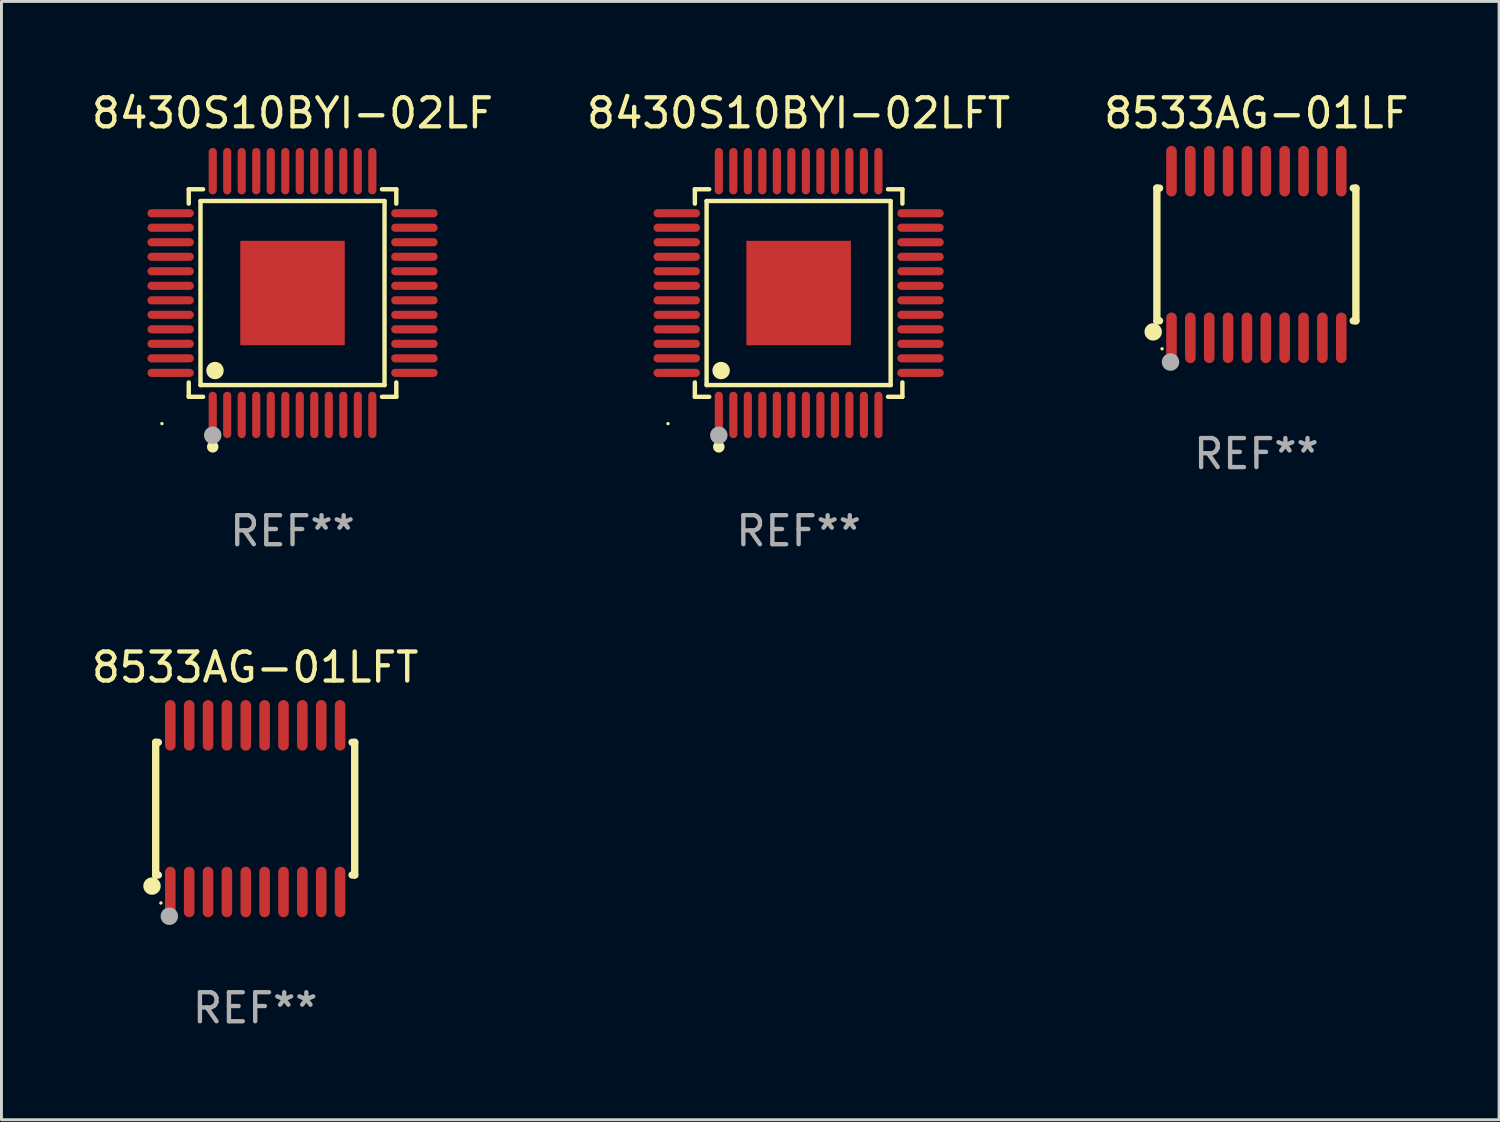
<source format=kicad_pcb>
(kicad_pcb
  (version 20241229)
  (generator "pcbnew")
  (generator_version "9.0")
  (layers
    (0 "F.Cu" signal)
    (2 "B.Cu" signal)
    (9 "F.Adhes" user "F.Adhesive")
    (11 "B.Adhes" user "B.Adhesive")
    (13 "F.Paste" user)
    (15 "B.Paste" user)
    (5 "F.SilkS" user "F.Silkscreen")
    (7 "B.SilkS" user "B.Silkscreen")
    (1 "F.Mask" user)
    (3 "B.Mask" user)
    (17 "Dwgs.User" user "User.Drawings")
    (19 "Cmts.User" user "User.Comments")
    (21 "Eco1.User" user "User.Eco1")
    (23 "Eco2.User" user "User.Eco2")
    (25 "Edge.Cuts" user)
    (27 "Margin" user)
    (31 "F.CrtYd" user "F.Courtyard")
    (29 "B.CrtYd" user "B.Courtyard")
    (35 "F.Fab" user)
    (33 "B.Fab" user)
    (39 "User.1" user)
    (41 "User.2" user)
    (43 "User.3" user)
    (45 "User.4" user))
  (footprint "8430S10BYI-02LF"
    (layer "F.Cu")
    (at 7.03 7.048)
    (property "Reference" "8430S10BYI-02LF" (at 0 -6.2 0) (layer "F.SilkS") (effects (font (size 1 1) (thickness 0.15))))
    (attr through_hole)
    (fp_line (start -3.576 -3.576) (end -3.081 -3.576) (stroke (width 0.152) (type solid)) (layer "F.SilkS"))
    (fp_line (start -3.576 -3.081) (end -3.576 -3.576) (stroke (width 0.152) (type solid)) (layer "F.SilkS"))
    (fp_line (start -3.576 3.081) (end -3.576 3.576) (stroke (width 0.152) (type solid)) (layer "F.SilkS"))
    (fp_line (start -3.576 3.576) (end -3.081 3.576) (stroke (width 0.152) (type solid)) (layer "F.SilkS"))
    (fp_line (start -3.171 -3.171) (end 3.171 -3.171) (stroke (width 0.152) (type solid)) (layer "F.SilkS"))
    (fp_line (start -3.171 3.171) (end -3.171 -3.171) (stroke (width 0.152) (type solid)) (layer "F.SilkS"))
    (fp_line (start 3.171 -3.171) (end 3.171 3.171) (stroke (width 0.152) (type solid)) (layer "F.SilkS"))
    (fp_line (start 3.171 3.171) (end -3.171 3.171) (stroke (width 0.152) (type solid)) (layer "F.SilkS"))
    (fp_line (start 3.576 -3.576) (end 3.081 -3.576) (stroke (width 0.152) (type solid)) (layer "F.SilkS"))
    (fp_line (start 3.576 -3.081) (end 3.576 -3.576) (stroke (width 0.152) (type solid)) (layer "F.SilkS"))
    (fp_line (start 3.576 3.081) (end 3.576 3.576) (stroke (width 0.152) (type solid)) (layer "F.SilkS"))
    (fp_line (start 3.576 3.576) (end 3.081 3.576) (stroke (width 0.152) (type solid)) (layer "F.SilkS"))
    (fp_circle (center -4.5 4.5) (end -4.47 4.5) (stroke (width 0.06) (type solid)) (fill no) (layer "F.SilkS"))
    (fp_circle (center -2.75 5.3) (end -2.65 5.3) (stroke (width 0.2) (type solid)) (fill no) (layer "F.SilkS"))
    (fp_circle (center -2.671 2.671) (end -2.521 2.671) (stroke (width 0.3) (type solid)) (fill no) (layer "F.SilkS"))
    (fp_circle (center -2.75 4.9) (end -2.6 4.9) (stroke (width 0.3) (type solid)) (fill no) (layer "F.Fab"))
    (fp_text user "REF**" (at 0 8.2 0) (layer "F.Fab") (effects (font (size 1 1) (thickness 0.15))))
    (pad "1" smd oval (at -2.75 4.2) (size 0.28 1.6) (layers "F.Cu" "F.Mask" "F.Paste"))
    (pad "2" smd oval (at -2.25 4.2) (size 0.28 1.6) (layers "F.Cu" "F.Mask" "F.Paste"))
    (pad "3" smd oval (at -1.75 4.2) (size 0.28 1.6) (layers "F.Cu" "F.Mask" "F.Paste"))
    (pad "4" smd oval (at -1.25 4.2) (size 0.28 1.6) (layers "F.Cu" "F.Mask" "F.Paste"))
    (pad "5" smd oval (at -0.75 4.2) (size 0.28 1.6) (layers "F.Cu" "F.Mask" "F.Paste"))
    (pad "6" smd oval (at -0.25 4.2) (size 0.28 1.6) (layers "F.Cu" "F.Mask" "F.Paste"))
    (pad "7" smd oval (at 0.25 4.2) (size 0.28 1.6) (layers "F.Cu" "F.Mask" "F.Paste"))
    (pad "8" smd oval (at 0.75 4.2) (size 0.28 1.6) (layers "F.Cu" "F.Mask" "F.Paste"))
    (pad "9" smd oval (at 1.25 4.2) (size 0.28 1.6) (layers "F.Cu" "F.Mask" "F.Paste"))
    (pad "10" smd oval (at 1.75 4.2) (size 0.28 1.6) (layers "F.Cu" "F.Mask" "F.Paste"))
    (pad "11" smd oval (at 2.25 4.2) (size 0.28 1.6) (layers "F.Cu" "F.Mask" "F.Paste"))
    (pad "12" smd oval (at 2.75 4.2) (size 0.28 1.6) (layers "F.Cu" "F.Mask" "F.Paste"))
    (pad "13" smd oval (at 4.2 2.75) (size 1.6 0.28) (layers "F.Cu" "F.Mask" "F.Paste"))
    (pad "14" smd oval (at 4.2 2.25) (size 1.6 0.28) (layers "F.Cu" "F.Mask" "F.Paste"))
    (pad "15" smd oval (at 4.2 1.75) (size 1.6 0.28) (layers "F.Cu" "F.Mask" "F.Paste"))
    (pad "16" smd oval (at 4.2 1.25) (size 1.6 0.28) (layers "F.Cu" "F.Mask" "F.Paste"))
    (pad "17" smd oval (at 4.2 0.75) (size 1.6 0.28) (layers "F.Cu" "F.Mask" "F.Paste"))
    (pad "18" smd oval (at 4.2 0.25) (size 1.6 0.28) (layers "F.Cu" "F.Mask" "F.Paste"))
    (pad "19" smd oval (at 4.2 -0.25) (size 1.6 0.28) (layers "F.Cu" "F.Mask" "F.Paste"))
    (pad "20" smd oval (at 4.2 -0.75) (size 1.6 0.28) (layers "F.Cu" "F.Mask" "F.Paste"))
    (pad "21" smd oval (at 4.2 -1.25) (size 1.6 0.28) (layers "F.Cu" "F.Mask" "F.Paste"))
    (pad "22" smd oval (at 4.2 -1.75) (size 1.6 0.28) (layers "F.Cu" "F.Mask" "F.Paste"))
    (pad "23" smd oval (at 4.2 -2.25) (size 1.6 0.28) (layers "F.Cu" "F.Mask" "F.Paste"))
    (pad "24" smd oval (at 4.2 -2.75) (size 1.6 0.28) (layers "F.Cu" "F.Mask" "F.Paste"))
    (pad "25" smd oval (at 2.75 -4.2) (size 0.28 1.6) (layers "F.Cu" "F.Mask" "F.Paste"))
    (pad "26" smd oval (at 2.25 -4.2) (size 0.28 1.6) (layers "F.Cu" "F.Mask" "F.Paste"))
    (pad "27" smd oval (at 1.75 -4.2) (size 0.28 1.6) (layers "F.Cu" "F.Mask" "F.Paste"))
    (pad "28" smd oval (at 1.25 -4.2) (size 0.28 1.6) (layers "F.Cu" "F.Mask" "F.Paste"))
    (pad "29" smd oval (at 0.75 -4.2) (size 0.28 1.6) (layers "F.Cu" "F.Mask" "F.Paste"))
    (pad "30" smd oval (at 0.25 -4.2) (size 0.28 1.6) (layers "F.Cu" "F.Mask" "F.Paste"))
    (pad "31" smd oval (at -0.25 -4.2) (size 0.28 1.6) (layers "F.Cu" "F.Mask" "F.Paste"))
    (pad "32" smd oval (at -0.75 -4.2) (size 0.28 1.6) (layers "F.Cu" "F.Mask" "F.Paste"))
    (pad "33" smd oval (at -1.25 -4.2) (size 0.28 1.6) (layers "F.Cu" "F.Mask" "F.Paste"))
    (pad "34" smd oval (at -1.75 -4.2) (size 0.28 1.6) (layers "F.Cu" "F.Mask" "F.Paste"))
    (pad "35" smd oval (at -2.25 -4.2) (size 0.28 1.6) (layers "F.Cu" "F.Mask" "F.Paste"))
    (pad "36" smd oval (at -2.75 -4.2) (size 0.28 1.6) (layers "F.Cu" "F.Mask" "F.Paste"))
    (pad "37" smd oval (at -4.2 -2.75) (size 1.6 0.28) (layers "F.Cu" "F.Mask" "F.Paste"))
    (pad "38" smd oval (at -4.2 -2.25) (size 1.6 0.28) (layers "F.Cu" "F.Mask" "F.Paste"))
    (pad "39" smd oval (at -4.2 -1.75) (size 1.6 0.28) (layers "F.Cu" "F.Mask" "F.Paste"))
    (pad "40" smd oval (at -4.2 -1.25) (size 1.6 0.28) (layers "F.Cu" "F.Mask" "F.Paste"))
    (pad "41" smd oval (at -4.2 -0.75) (size 1.6 0.28) (layers "F.Cu" "F.Mask" "F.Paste"))
    (pad "42" smd oval (at -4.2 -0.25) (size 1.6 0.28) (layers "F.Cu" "F.Mask" "F.Paste"))
    (pad "43" smd oval (at -4.2 0.25) (size 1.6 0.28) (layers "F.Cu" "F.Mask" "F.Paste"))
    (pad "44" smd oval (at -4.2 0.75) (size 1.6 0.28) (layers "F.Cu" "F.Mask" "F.Paste"))
    (pad "45" smd oval (at -4.2 1.25) (size 1.6 0.28) (layers "F.Cu" "F.Mask" "F.Paste"))
    (pad "46" smd oval (at -4.2 1.75) (size 1.6 0.28) (layers "F.Cu" "F.Mask" "F.Paste"))
    (pad "47" smd oval (at -4.2 2.25) (size 1.6 0.28) (layers "F.Cu" "F.Mask" "F.Paste"))
    (pad "48" smd oval (at -4.2 2.75) (size 1.6 0.28) (layers "F.Cu" "F.Mask" "F.Paste"))
    (pad "49" smd rect (at 0 0) (size 3.6 3.6) (layers "F.Cu" "F.Mask" "F.Paste")))
  (footprint "8430S10BYI-02LFT"
    (layer "F.Cu")
    (at 24.47 7.048)
    (property "Reference" "8430S10BYI-02LFT" (at 0 -6.2 0) (layer "F.SilkS") (effects (font (size 1 1) (thickness 0.15))))
    (attr through_hole)
    (fp_line (start -3.576 -3.576) (end -3.081 -3.576) (stroke (width 0.152) (type solid)) (layer "F.SilkS"))
    (fp_line (start -3.576 -3.081) (end -3.576 -3.576) (stroke (width 0.152) (type solid)) (layer "F.SilkS"))
    (fp_line (start -3.576 3.081) (end -3.576 3.576) (stroke (width 0.152) (type solid)) (layer "F.SilkS"))
    (fp_line (start -3.576 3.576) (end -3.081 3.576) (stroke (width 0.152) (type solid)) (layer "F.SilkS"))
    (fp_line (start -3.171 -3.171) (end 3.171 -3.171) (stroke (width 0.152) (type solid)) (layer "F.SilkS"))
    (fp_line (start -3.171 3.171) (end -3.171 -3.171) (stroke (width 0.152) (type solid)) (layer "F.SilkS"))
    (fp_line (start 3.171 -3.171) (end 3.171 3.171) (stroke (width 0.152) (type solid)) (layer "F.SilkS"))
    (fp_line (start 3.171 3.171) (end -3.171 3.171) (stroke (width 0.152) (type solid)) (layer "F.SilkS"))
    (fp_line (start 3.576 -3.576) (end 3.081 -3.576) (stroke (width 0.152) (type solid)) (layer "F.SilkS"))
    (fp_line (start 3.576 -3.081) (end 3.576 -3.576) (stroke (width 0.152) (type solid)) (layer "F.SilkS"))
    (fp_line (start 3.576 3.081) (end 3.576 3.576) (stroke (width 0.152) (type solid)) (layer "F.SilkS"))
    (fp_line (start 3.576 3.576) (end 3.081 3.576) (stroke (width 0.152) (type solid)) (layer "F.SilkS"))
    (fp_circle (center -4.5 4.5) (end -4.47 4.5) (stroke (width 0.06) (type solid)) (fill no) (layer "F.SilkS"))
    (fp_circle (center -2.75 5.3) (end -2.65 5.3) (stroke (width 0.2) (type solid)) (fill no) (layer "F.SilkS"))
    (fp_circle (center -2.671 2.671) (end -2.521 2.671) (stroke (width 0.3) (type solid)) (fill no) (layer "F.SilkS"))
    (fp_circle (center -2.75 4.9) (end -2.6 4.9) (stroke (width 0.3) (type solid)) (fill no) (layer "F.Fab"))
    (fp_text user "REF**" (at 0 8.2 0) (layer "F.Fab") (effects (font (size 1 1) (thickness 0.15))))
    (pad "1" smd oval (at -2.75 4.2) (size 0.28 1.6) (layers "F.Cu" "F.Mask" "F.Paste"))
    (pad "2" smd oval (at -2.25 4.2) (size 0.28 1.6) (layers "F.Cu" "F.Mask" "F.Paste"))
    (pad "3" smd oval (at -1.75 4.2) (size 0.28 1.6) (layers "F.Cu" "F.Mask" "F.Paste"))
    (pad "4" smd oval (at -1.25 4.2) (size 0.28 1.6) (layers "F.Cu" "F.Mask" "F.Paste"))
    (pad "5" smd oval (at -0.75 4.2) (size 0.28 1.6) (layers "F.Cu" "F.Mask" "F.Paste"))
    (pad "6" smd oval (at -0.25 4.2) (size 0.28 1.6) (layers "F.Cu" "F.Mask" "F.Paste"))
    (pad "7" smd oval (at 0.25 4.2) (size 0.28 1.6) (layers "F.Cu" "F.Mask" "F.Paste"))
    (pad "8" smd oval (at 0.75 4.2) (size 0.28 1.6) (layers "F.Cu" "F.Mask" "F.Paste"))
    (pad "9" smd oval (at 1.25 4.2) (size 0.28 1.6) (layers "F.Cu" "F.Mask" "F.Paste"))
    (pad "10" smd oval (at 1.75 4.2) (size 0.28 1.6) (layers "F.Cu" "F.Mask" "F.Paste"))
    (pad "11" smd oval (at 2.25 4.2) (size 0.28 1.6) (layers "F.Cu" "F.Mask" "F.Paste"))
    (pad "12" smd oval (at 2.75 4.2) (size 0.28 1.6) (layers "F.Cu" "F.Mask" "F.Paste"))
    (pad "13" smd oval (at 4.2 2.75) (size 1.6 0.28) (layers "F.Cu" "F.Mask" "F.Paste"))
    (pad "14" smd oval (at 4.2 2.25) (size 1.6 0.28) (layers "F.Cu" "F.Mask" "F.Paste"))
    (pad "15" smd oval (at 4.2 1.75) (size 1.6 0.28) (layers "F.Cu" "F.Mask" "F.Paste"))
    (pad "16" smd oval (at 4.2 1.25) (size 1.6 0.28) (layers "F.Cu" "F.Mask" "F.Paste"))
    (pad "17" smd oval (at 4.2 0.75) (size 1.6 0.28) (layers "F.Cu" "F.Mask" "F.Paste"))
    (pad "18" smd oval (at 4.2 0.25) (size 1.6 0.28) (layers "F.Cu" "F.Mask" "F.Paste"))
    (pad "19" smd oval (at 4.2 -0.25) (size 1.6 0.28) (layers "F.Cu" "F.Mask" "F.Paste"))
    (pad "20" smd oval (at 4.2 -0.75) (size 1.6 0.28) (layers "F.Cu" "F.Mask" "F.Paste"))
    (pad "21" smd oval (at 4.2 -1.25) (size 1.6 0.28) (layers "F.Cu" "F.Mask" "F.Paste"))
    (pad "22" smd oval (at 4.2 -1.75) (size 1.6 0.28) (layers "F.Cu" "F.Mask" "F.Paste"))
    (pad "23" smd oval (at 4.2 -2.25) (size 1.6 0.28) (layers "F.Cu" "F.Mask" "F.Paste"))
    (pad "24" smd oval (at 4.2 -2.75) (size 1.6 0.28) (layers "F.Cu" "F.Mask" "F.Paste"))
    (pad "25" smd oval (at 2.75 -4.2) (size 0.28 1.6) (layers "F.Cu" "F.Mask" "F.Paste"))
    (pad "26" smd oval (at 2.25 -4.2) (size 0.28 1.6) (layers "F.Cu" "F.Mask" "F.Paste"))
    (pad "27" smd oval (at 1.75 -4.2) (size 0.28 1.6) (layers "F.Cu" "F.Mask" "F.Paste"))
    (pad "28" smd oval (at 1.25 -4.2) (size 0.28 1.6) (layers "F.Cu" "F.Mask" "F.Paste"))
    (pad "29" smd oval (at 0.75 -4.2) (size 0.28 1.6) (layers "F.Cu" "F.Mask" "F.Paste"))
    (pad "30" smd oval (at 0.25 -4.2) (size 0.28 1.6) (layers "F.Cu" "F.Mask" "F.Paste"))
    (pad "31" smd oval (at -0.25 -4.2) (size 0.28 1.6) (layers "F.Cu" "F.Mask" "F.Paste"))
    (pad "32" smd oval (at -0.75 -4.2) (size 0.28 1.6) (layers "F.Cu" "F.Mask" "F.Paste"))
    (pad "33" smd oval (at -1.25 -4.2) (size 0.28 1.6) (layers "F.Cu" "F.Mask" "F.Paste"))
    (pad "34" smd oval (at -1.75 -4.2) (size 0.28 1.6) (layers "F.Cu" "F.Mask" "F.Paste"))
    (pad "35" smd oval (at -2.25 -4.2) (size 0.28 1.6) (layers "F.Cu" "F.Mask" "F.Paste"))
    (pad "36" smd oval (at -2.75 -4.2) (size 0.28 1.6) (layers "F.Cu" "F.Mask" "F.Paste"))
    (pad "37" smd oval (at -4.2 -2.75) (size 1.6 0.28) (layers "F.Cu" "F.Mask" "F.Paste"))
    (pad "38" smd oval (at -4.2 -2.25) (size 1.6 0.28) (layers "F.Cu" "F.Mask" "F.Paste"))
    (pad "39" smd oval (at -4.2 -1.75) (size 1.6 0.28) (layers "F.Cu" "F.Mask" "F.Paste"))
    (pad "40" smd oval (at -4.2 -1.25) (size 1.6 0.28) (layers "F.Cu" "F.Mask" "F.Paste"))
    (pad "41" smd oval (at -4.2 -0.75) (size 1.6 0.28) (layers "F.Cu" "F.Mask" "F.Paste"))
    (pad "42" smd oval (at -4.2 -0.25) (size 1.6 0.28) (layers "F.Cu" "F.Mask" "F.Paste"))
    (pad "43" smd oval (at -4.2 0.25) (size 1.6 0.28) (layers "F.Cu" "F.Mask" "F.Paste"))
    (pad "44" smd oval (at -4.2 0.75) (size 1.6 0.28) (layers "F.Cu" "F.Mask" "F.Paste"))
    (pad "45" smd oval (at -4.2 1.25) (size 1.6 0.28) (layers "F.Cu" "F.Mask" "F.Paste"))
    (pad "46" smd oval (at -4.2 1.75) (size 1.6 0.28) (layers "F.Cu" "F.Mask" "F.Paste"))
    (pad "47" smd oval (at -4.2 2.25) (size 1.6 0.28) (layers "F.Cu" "F.Mask" "F.Paste"))
    (pad "48" smd oval (at -4.2 2.75) (size 1.6 0.28) (layers "F.Cu" "F.Mask" "F.Paste"))
    (pad "49" smd rect (at 0 0) (size 3.6 3.6) (layers "F.Cu" "F.Mask" "F.Paste")))
  (footprint "8533AG-01LFT"
    (layer "F.Cu")
    (at 5.744 24.816)
    (property "Reference" "8533AG-01LFT" (at 0 -4.871 0) (layer "F.SilkS") (effects (font (size 1 1) (thickness 0.15))))
    (attr through_hole)
    (fp_line (start -3.429 -2.286) (end -3.429 2.286) (stroke (width 0.254) (type solid)) (layer "F.SilkS"))
    (fp_line (start -3.429 2.286) (end -3.338 2.286) (stroke (width 0.254) (type solid)) (layer "F.SilkS"))
    (fp_line (start -3.338 -2.286) (end -3.429 -2.286) (stroke (width 0.254) (type solid)) (layer "F.SilkS"))
    (fp_line (start 3.338 -2.286) (end 3.429 -2.286) (stroke (width 0.254) (type solid)) (layer "F.SilkS"))
    (fp_line (start 3.429 -2.286) (end 3.429 2.286) (stroke (width 0.254) (type solid)) (layer "F.SilkS"))
    (fp_line (start 3.429 2.286) (end 3.338 2.286) (stroke (width 0.254) (type solid)) (layer "F.SilkS"))
    (fp_circle (center -3.556 2.667) (end -3.406 2.667) (stroke (width 0.3) (type solid)) (fill no) (layer "F.SilkS"))
    (fp_circle (center -3.25 3.25) (end -3.22 3.25) (stroke (width 0.06) (type solid)) (fill no) (layer "F.SilkS"))
    (fp_circle (center -2.959 3.707) (end -2.808 3.707) (stroke (width 0.3) (type solid)) (fill no) (layer "F.Fab"))
    (fp_text user "REF**" (at 0 6.871 0) (layer "F.Fab") (effects (font (size 1 1) (thickness 0.15))))
    (pad "1" smd oval (at -2.925 2.871) (size 0.364 1.742) (layers "F.Cu" "F.Mask" "F.Paste"))
    (pad "2" smd oval (at -2.275 2.871) (size 0.364 1.742) (layers "F.Cu" "F.Mask" "F.Paste"))
    (pad "3" smd oval (at -1.625 2.871) (size 0.364 1.742) (layers "F.Cu" "F.Mask" "F.Paste"))
    (pad "4" smd oval (at -0.975 2.871) (size 0.364 1.742) (layers "F.Cu" "F.Mask" "F.Paste"))
    (pad "5" smd oval (at -0.325 2.871) (size 0.364 1.742) (layers "F.Cu" "F.Mask" "F.Paste"))
    (pad "6" smd oval (at 0.325 2.871) (size 0.364 1.742) (layers "F.Cu" "F.Mask" "F.Paste"))
    (pad "7" smd oval (at 0.975 2.871) (size 0.364 1.742) (layers "F.Cu" "F.Mask" "F.Paste"))
    (pad "8" smd oval (at 1.625 2.871) (size 0.364 1.742) (layers "F.Cu" "F.Mask" "F.Paste"))
    (pad "9" smd oval (at 2.275 2.871) (size 0.364 1.742) (layers "F.Cu" "F.Mask" "F.Paste"))
    (pad "10" smd oval (at 2.925 2.871) (size 0.364 1.742) (layers "F.Cu" "F.Mask" "F.Paste"))
    (pad "11" smd oval (at 2.925 -2.871) (size 0.364 1.742) (layers "F.Cu" "F.Mask" "F.Paste"))
    (pad "12" smd oval (at 2.275 -2.871) (size 0.364 1.742) (layers "F.Cu" "F.Mask" "F.Paste"))
    (pad "13" smd oval (at 1.625 -2.871) (size 0.364 1.742) (layers "F.Cu" "F.Mask" "F.Paste"))
    (pad "14" smd oval (at 0.975 -2.871) (size 0.364 1.742) (layers "F.Cu" "F.Mask" "F.Paste"))
    (pad "15" smd oval (at 0.325 -2.871) (size 0.364 1.742) (layers "F.Cu" "F.Mask" "F.Paste"))
    (pad "16" smd oval (at -0.325 -2.871) (size 0.364 1.742) (layers "F.Cu" "F.Mask" "F.Paste"))
    (pad "17" smd oval (at -0.975 -2.871) (size 0.364 1.742) (layers "F.Cu" "F.Mask" "F.Paste"))
    (pad "18" smd oval (at -1.625 -2.871) (size 0.364 1.742) (layers "F.Cu" "F.Mask" "F.Paste"))
    (pad "19" smd oval (at -2.275 -2.871) (size 0.364 1.742) (layers "F.Cu" "F.Mask" "F.Paste"))
    (pad "20" smd oval (at -2.925 -2.871) (size 0.364 1.742) (layers "F.Cu" "F.Mask" "F.Paste")))
  (footprint "8533AG-01LF"
    (layer "F.Cu")
    (at 40.244 5.719)
    (property "Reference" "8533AG-01LF" (at 0 -4.871 0) (layer "F.SilkS") (effects (font (size 1 1) (thickness 0.15))))
    (attr through_hole)
    (fp_line (start -3.429 -2.286) (end -3.429 2.286) (stroke (width 0.254) (type solid)) (layer "F.SilkS"))
    (fp_line (start -3.429 2.286) (end -3.338 2.286) (stroke (width 0.254) (type solid)) (layer "F.SilkS"))
    (fp_line (start -3.338 -2.286) (end -3.429 -2.286) (stroke (width 0.254) (type solid)) (layer "F.SilkS"))
    (fp_line (start 3.338 -2.286) (end 3.429 -2.286) (stroke (width 0.254) (type solid)) (layer "F.SilkS"))
    (fp_line (start 3.429 -2.286) (end 3.429 2.286) (stroke (width 0.254) (type solid)) (layer "F.SilkS"))
    (fp_line (start 3.429 2.286) (end 3.338 2.286) (stroke (width 0.254) (type solid)) (layer "F.SilkS"))
    (fp_circle (center -3.556 2.667) (end -3.406 2.667) (stroke (width 0.3) (type solid)) (fill no) (layer "F.SilkS"))
    (fp_circle (center -3.25 3.25) (end -3.22 3.25) (stroke (width 0.06) (type solid)) (fill no) (layer "F.SilkS"))
    (fp_circle (center -2.959 3.707) (end -2.808 3.707) (stroke (width 0.3) (type solid)) (fill no) (layer "F.Fab"))
    (fp_text user "REF**" (at 0 6.871 0) (layer "F.Fab") (effects (font (size 1 1) (thickness 0.15))))
    (pad "1" smd oval (at -2.925 2.871) (size 0.364 1.742) (layers "F.Cu" "F.Mask" "F.Paste"))
    (pad "2" smd oval (at -2.275 2.871) (size 0.364 1.742) (layers "F.Cu" "F.Mask" "F.Paste"))
    (pad "3" smd oval (at -1.625 2.871) (size 0.364 1.742) (layers "F.Cu" "F.Mask" "F.Paste"))
    (pad "4" smd oval (at -0.975 2.871) (size 0.364 1.742) (layers "F.Cu" "F.Mask" "F.Paste"))
    (pad "5" smd oval (at -0.325 2.871) (size 0.364 1.742) (layers "F.Cu" "F.Mask" "F.Paste"))
    (pad "6" smd oval (at 0.325 2.871) (size 0.364 1.742) (layers "F.Cu" "F.Mask" "F.Paste"))
    (pad "7" smd oval (at 0.975 2.871) (size 0.364 1.742) (layers "F.Cu" "F.Mask" "F.Paste"))
    (pad "8" smd oval (at 1.625 2.871) (size 0.364 1.742) (layers "F.Cu" "F.Mask" "F.Paste"))
    (pad "9" smd oval (at 2.275 2.871) (size 0.364 1.742) (layers "F.Cu" "F.Mask" "F.Paste"))
    (pad "10" smd oval (at 2.925 2.871) (size 0.364 1.742) (layers "F.Cu" "F.Mask" "F.Paste"))
    (pad "11" smd oval (at 2.925 -2.871) (size 0.364 1.742) (layers "F.Cu" "F.Mask" "F.Paste"))
    (pad "12" smd oval (at 2.275 -2.871) (size 0.364 1.742) (layers "F.Cu" "F.Mask" "F.Paste"))
    (pad "13" smd oval (at 1.625 -2.871) (size 0.364 1.742) (layers "F.Cu" "F.Mask" "F.Paste"))
    (pad "14" smd oval (at 0.975 -2.871) (size 0.364 1.742) (layers "F.Cu" "F.Mask" "F.Paste"))
    (pad "15" smd oval (at 0.325 -2.871) (size 0.364 1.742) (layers "F.Cu" "F.Mask" "F.Paste"))
    (pad "16" smd oval (at -0.325 -2.871) (size 0.364 1.742) (layers "F.Cu" "F.Mask" "F.Paste"))
    (pad "17" smd oval (at -0.975 -2.871) (size 0.364 1.742) (layers "F.Cu" "F.Mask" "F.Paste"))
    (pad "18" smd oval (at -1.625 -2.871) (size 0.364 1.742) (layers "F.Cu" "F.Mask" "F.Paste"))
    (pad "19" smd oval (at -2.275 -2.871) (size 0.364 1.742) (layers "F.Cu" "F.Mask" "F.Paste"))
    (pad "20" smd oval (at -2.925 -2.871) (size 0.364 1.742) (layers "F.Cu" "F.Mask" "F.Paste")))
  (gr_rect
    (start -3 -3)
    (end 48.607 35.535)
    (stroke (width 0.1) (type default))
    (fill no)
    (layer "Edge.Cuts")))
</source>
